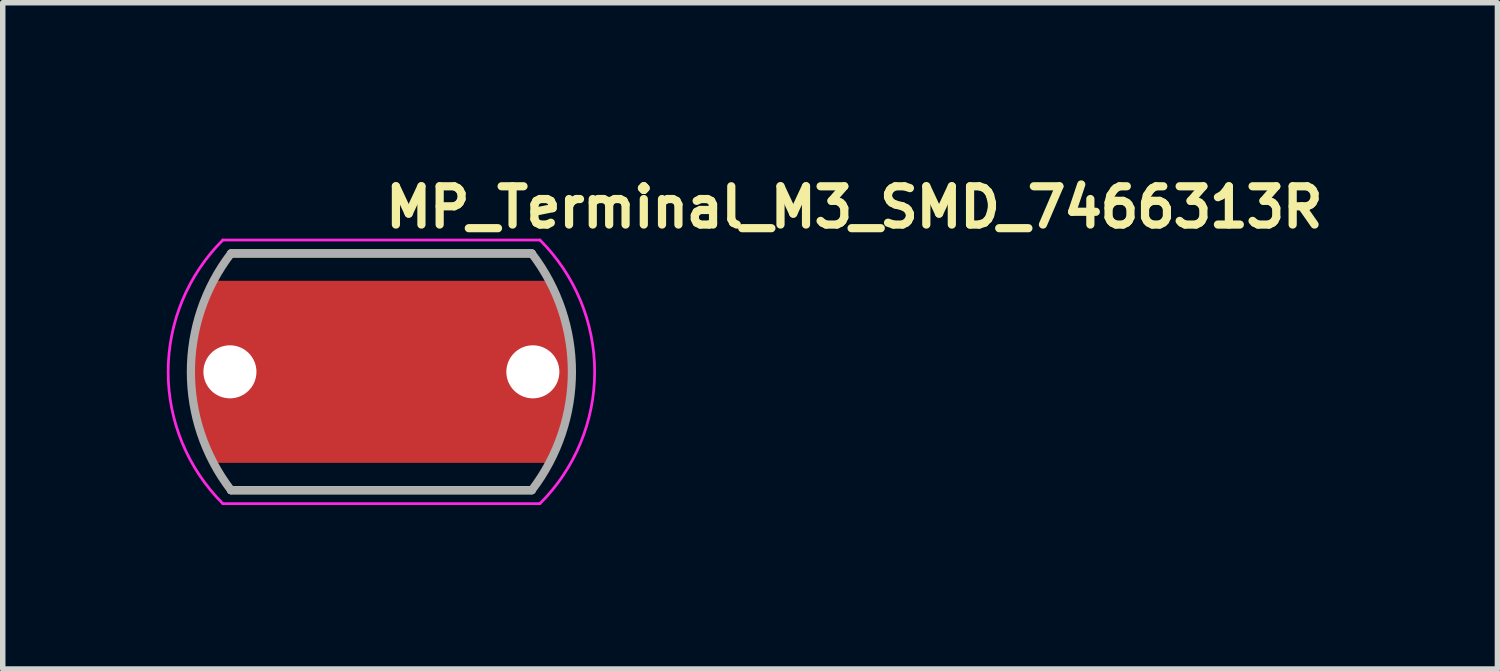
<source format=kicad_pcb>
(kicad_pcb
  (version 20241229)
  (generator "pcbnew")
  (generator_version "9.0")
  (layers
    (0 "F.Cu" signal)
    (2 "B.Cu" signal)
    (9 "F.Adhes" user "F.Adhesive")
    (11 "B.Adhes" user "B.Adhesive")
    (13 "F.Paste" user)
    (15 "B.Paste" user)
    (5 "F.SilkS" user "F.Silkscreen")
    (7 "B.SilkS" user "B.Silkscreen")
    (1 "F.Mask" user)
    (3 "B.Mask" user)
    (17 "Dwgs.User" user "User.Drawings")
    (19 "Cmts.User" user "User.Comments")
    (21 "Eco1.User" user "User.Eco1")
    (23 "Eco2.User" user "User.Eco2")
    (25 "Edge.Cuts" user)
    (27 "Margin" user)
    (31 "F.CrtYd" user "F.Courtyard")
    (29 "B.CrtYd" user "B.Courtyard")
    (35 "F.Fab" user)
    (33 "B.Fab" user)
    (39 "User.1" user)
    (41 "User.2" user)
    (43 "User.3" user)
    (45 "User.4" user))
  (footprint "MP_Terminal_M3_SMD_7466313R"
    (layer "F.Cu")
    (at 3.925 3.75)
    (property "Reference" "MP_Terminal_M3_SMD_7466313R" (at 0 -2.6 0) (layer "F.SilkS") (effects (font (size 0.7 0.7) (thickness 0.15)) (justify left bottom)))
    (attr smd)
    (fp_poly (pts (xy -3.18 -1.764) (xy 3.18 -1.764) (xy 3.24 -1.657) (xy 3.295 -1.547) (xy 3.348 -1.436) (xy 3.396 -1.322) (xy 3.44 -1.207) (xy 3.48 -1.091) (xy 3.516 -0.973) (xy 3.548 -0.854) (xy 3.576 -0.734) (xy 3.599 -0.613) (xy 3.619 -0.491) (xy 3.634 -0.369) (xy 3.644 -0.246) (xy 3.65 -0.123) (xy 3.653 0) (xy 3.65 0.123) (xy 3.644 0.246) (xy 3.634 0.369) (xy 3.619 0.491) (xy 3.599 0.613) (xy 3.576 0.734) (xy 3.548 0.854) (xy 3.516 0.973) (xy 3.48 1.091) (xy 3.44 1.207) (xy 3.396 1.322) (xy 3.348 1.436) (xy 3.295 1.547) (xy 3.24 1.657) (xy 3.18 1.764) (xy -3.18 1.764) (xy -3.24 1.657) (xy -3.295 1.547) (xy -3.348 1.436) (xy -3.396 1.322) (xy -3.44 1.207) (xy -3.48 1.091) (xy -3.516 0.973) (xy -3.548 0.854) (xy -3.576 0.734) (xy -3.599 0.613) (xy -3.619 0.491) (xy -3.634 0.369) (xy -3.644 0.246) (xy -3.65 0.123) (xy -3.653 0) (xy -3.65 -0.123) (xy -3.644 -0.246) (xy -3.634 -0.369) (xy -3.619 -0.491) (xy -3.599 -0.613) (xy -3.576 -0.734) (xy -3.548 -0.854) (xy -3.516 -0.973) (xy -3.48 -1.091) (xy -3.44 -1.207) (xy -3.396 -1.322) (xy -3.348 -1.436) (xy -3.295 -1.547) (xy -3.24 -1.657) (xy -3.18 -1.764)) (stroke (width 0.0001) (type solid)) (fill yes) (layer "F.Mask"))
    (fp_line (start -2.75 -2.165) (end 2.75 -2.165) (stroke (width 0.15) (type solid)) (layer "F.SilkS"))
    (fp_line (start -2.75 2.165) (end 2.75 2.165) (stroke (width 0.15) (type solid)) (layer "F.SilkS"))
    (fp_poly (pts (xy -2 -0.485) (xy 2 -0.485) (xy 2 0.485) (xy -2 0.485)) (stroke (width 0.0001) (type solid)) (fill yes) (layer "F.Paste"))
    (fp_poly (pts (xy -3.365 -1) (xy -2 -1) (xy -2 1) (xy -3.36 1) (xy -3.384 0.929) (xy -3.406 0.864) (xy -3.426 0.799) (xy -3.444 0.733) (xy -3.46 0.667) (xy -3.475 0.601) (xy -3.488 0.534) (xy -3.5 0.467) (xy -3.509 0.4) (xy -3.519 0.333) (xy -3.525 0.265) (xy -3.532 0.197) (xy -3.536 0.129) (xy -3.537 0.061) (xy -3.539 -0.007) (xy -3.537 -0.075) (xy -3.536 -0.141) (xy -3.532 -0.211) (xy -3.525 -0.279) (xy -3.519 -0.344) (xy -3.509 -0.412) (xy -3.5 -0.481) (xy -3.488 -0.548) (xy -3.475 -0.615) (xy -3.46 -0.681) (xy -3.444 -0.747) (xy -3.426 -0.812) (xy -3.406 -0.878) (xy -3.384 -0.941) (xy -3.365 -1)) (stroke (width 0.0001) (type solid)) (fill yes) (layer "F.Paste"))
    (fp_poly (pts (xy 3.365 -1) (xy 2 -1) (xy 2 1) (xy 3.36 1) (xy 3.384 0.929) (xy 3.406 0.864) (xy 3.426 0.799) (xy 3.444 0.733) (xy 3.46 0.667) (xy 3.475 0.601) (xy 3.488 0.534) (xy 3.5 0.467) (xy 3.509 0.4) (xy 3.519 0.333) (xy 3.525 0.265) (xy 3.532 0.197) (xy 3.536 0.129) (xy 3.537 0.061) (xy 3.539 -0.007) (xy 3.537 -0.075) (xy 3.536 -0.141) (xy 3.532 -0.211) (xy 3.525 -0.279) (xy 3.519 -0.344) (xy 3.509 -0.412) (xy 3.5 -0.481) (xy 3.488 -0.548) (xy 3.475 -0.615) (xy 3.46 -0.681) (xy 3.444 -0.747) (xy 3.426 -0.812) (xy 3.406 -0.878) (xy 3.384 -0.941) (xy 3.365 -1)) (stroke (width 0.0001) (type solid)) (fill yes) (layer "F.Paste"))
    (fp_line (start -2.9 -2.41) (end 2.9 -2.41) (stroke (width 0.05) (type solid)) (layer "F.CrtYd"))
    (fp_line (start 2.9 2.41) (end -2.9 2.41) (stroke (width 0.05) (type solid)) (layer "F.CrtYd"))
    (fp_arc (start -2.9 2.41) (mid -3.9 0) (end -2.9 -2.41) (stroke (width 0.05) (type solid)) (layer "F.CrtYd"))
    (fp_arc (start 2.9 -2.41) (mid 3.9 0) (end 2.9 2.41) (stroke (width 0.05) (type solid)) (layer "F.CrtYd"))
    (fp_line (start -2.75 -2.165) (end 2.75 -2.165) (stroke (width 0.15) (type solid)) (layer "F.Fab"))
    (fp_line (start -2.75 2.165) (end 2.75 2.165) (stroke (width 0.15) (type solid)) (layer "F.Fab"))
    (fp_arc (start -2.75 2.165) (mid -3.484 0) (end -2.75 -2.165) (stroke (width 0.15) (type solid)) (layer "F.Fab"))
    (fp_arc (start 2.75 -2.165) (mid 3.484 0) (end 2.75 2.165) (stroke (width 0.15) (type solid)) (layer "F.Fab"))
    (fp_rect (start -3.499 -2.165) (end 3.499 2.165) (stroke (width 0.1) (type solid)) (fill no) (layer "User.5"))
    (fp_line (start -3.499 0) (end -3.488 -0.286) (stroke (width 0.02) (type solid)) (layer "User.9"))
    (fp_line (start -3.488 -0.286) (end -3.453 -0.571) (stroke (width 0.02) (type solid)) (layer "User.9"))
    (fp_line (start -3.488 0.286) (end -3.499 0) (stroke (width 0.02) (type solid)) (layer "User.9"))
    (fp_line (start -3.453 -0.571) (end -3.394 -0.853) (stroke (width 0.02) (type solid)) (layer "User.9"))
    (fp_line (start -3.453 0.571) (end -3.488 0.286) (stroke (width 0.02) (type solid)) (layer "User.9"))
    (fp_line (start -3.394 -0.853) (end -3.312 -1.131) (stroke (width 0.02) (type solid)) (layer "User.9"))
    (fp_line (start -3.394 0.853) (end -3.453 0.571) (stroke (width 0.02) (type solid)) (layer "User.9"))
    (fp_line (start -3.312 -1.131) (end -3.207 -1.402) (stroke (width 0.02) (type solid)) (layer "User.9"))
    (fp_line (start -3.312 1.131) (end -3.394 0.853) (stroke (width 0.02) (type solid)) (layer "User.9"))
    (fp_line (start -3.207 -1.402) (end -3.145 -1.535) (stroke (width 0.02) (type solid)) (layer "User.9"))
    (fp_line (start -3.207 1.402) (end -3.312 1.131) (stroke (width 0.02) (type solid)) (layer "User.9"))
    (fp_line (start -3.145 -1.535) (end -3.078 -1.666) (stroke (width 0.02) (type solid)) (layer "User.9"))
    (fp_line (start -3.145 1.535) (end -3.207 1.402) (stroke (width 0.02) (type solid)) (layer "User.9"))
    (fp_line (start -3.078 -1.666) (end -3.004 -1.794) (stroke (width 0.02) (type solid)) (layer "User.9"))
    (fp_line (start -3.078 1.666) (end -3.145 1.535) (stroke (width 0.02) (type solid)) (layer "User.9"))
    (fp_line (start -3.004 -1.794) (end -2.925 -1.921) (stroke (width 0.02) (type solid)) (layer "User.9"))
    (fp_line (start -3.004 1.794) (end -3.078 1.666) (stroke (width 0.02) (type solid)) (layer "User.9"))
    (fp_line (start -2.925 -1.921) (end -2.84 -2.044) (stroke (width 0.02) (type solid)) (layer "User.9"))
    (fp_line (start -2.925 1.921) (end -3.004 1.794) (stroke (width 0.02) (type solid)) (layer "User.9"))
    (fp_line (start -2.84 -2.044) (end -2.75 -2.165) (stroke (width 0.02) (type solid)) (layer "User.9"))
    (fp_line (start -2.84 2.044) (end -2.925 1.921) (stroke (width 0.02) (type solid)) (layer "User.9"))
    (fp_line (start -2.75 -2.165) (end 2.75 -2.165) (stroke (width 0.02) (type solid)) (layer "User.9"))
    (fp_line (start -2.75 2.165) (end -2.84 2.044) (stroke (width 0.02) (type solid)) (layer "User.9"))
    (fp_line (start 2.75 -2.165) (end 2.84 -2.044) (stroke (width 0.02) (type solid)) (layer "User.9"))
    (fp_line (start 2.75 2.165) (end -2.75 2.165) (stroke (width 0.02) (type solid)) (layer "User.9"))
    (fp_line (start 2.84 -2.044) (end 2.925 -1.921) (stroke (width 0.02) (type solid)) (layer "User.9"))
    (fp_line (start 2.84 2.044) (end 2.75 2.165) (stroke (width 0.02) (type solid)) (layer "User.9"))
    (fp_line (start 2.925 -1.921) (end 3.004 -1.794) (stroke (width 0.02) (type solid)) (layer "User.9"))
    (fp_line (start 2.925 1.921) (end 2.84 2.044) (stroke (width 0.02) (type solid)) (layer "User.9"))
    (fp_line (start 3.004 -1.794) (end 3.078 -1.666) (stroke (width 0.02) (type solid)) (layer "User.9"))
    (fp_line (start 3.004 1.794) (end 2.925 1.921) (stroke (width 0.02) (type solid)) (layer "User.9"))
    (fp_line (start 3.078 -1.666) (end 3.145 -1.535) (stroke (width 0.02) (type solid)) (layer "User.9"))
    (fp_line (start 3.078 1.666) (end 3.004 1.794) (stroke (width 0.02) (type solid)) (layer "User.9"))
    (fp_line (start 3.145 -1.535) (end 3.207 -1.402) (stroke (width 0.02) (type solid)) (layer "User.9"))
    (fp_line (start 3.145 1.535) (end 3.078 1.666) (stroke (width 0.02) (type solid)) (layer "User.9"))
    (fp_line (start 3.207 -1.402) (end 3.312 -1.131) (stroke (width 0.02) (type solid)) (layer "User.9"))
    (fp_line (start 3.207 1.402) (end 3.145 1.535) (stroke (width 0.02) (type solid)) (layer "User.9"))
    (fp_line (start 3.312 -1.131) (end 3.394 -0.853) (stroke (width 0.02) (type solid)) (layer "User.9"))
    (fp_line (start 3.312 1.131) (end 3.207 1.402) (stroke (width 0.02) (type solid)) (layer "User.9"))
    (fp_line (start 3.394 -0.853) (end 3.453 -0.571) (stroke (width 0.02) (type solid)) (layer "User.9"))
    (fp_line (start 3.394 0.853) (end 3.312 1.131) (stroke (width 0.02) (type solid)) (layer "User.9"))
    (fp_line (start 3.453 -0.571) (end 3.488 -0.286) (stroke (width 0.02) (type solid)) (layer "User.9"))
    (fp_line (start 3.453 0.571) (end 3.394 0.853) (stroke (width 0.02) (type solid)) (layer "User.9"))
    (fp_line (start 3.488 -0.286) (end 3.499 0) (stroke (width 0.02) (type solid)) (layer "User.9"))
    (fp_line (start 3.488 0.286) (end 3.453 0.571) (stroke (width 0.02) (type solid)) (layer "User.9"))
    (fp_line (start 3.499 0) (end 3.488 0.286) (stroke (width 0.02) (type solid)) (layer "User.9"))
    (pad "" np_thru_hole circle (at -2.77 0) (size 0.97 0.97) (drill 0.97) (layers "*.Cu" "*.Mask"))
    (pad "" np_thru_hole circle (at 2.77 0) (size 0.97 0.97) (drill 0.97) (layers "*.Cu" "*.Mask"))
    (pad "1" smd custom (at 0 0) (size 1 1) (layers "F.Cu") (options (anchor rect)) (primitives (gr_poly (pts (xy -3.08 -1.665) (xy 3.08 -1.665) (xy 3.136 -1.563) (xy 3.189 -1.46) (xy 3.238 -1.354) (xy 3.284 -1.247) (xy 3.325 -1.139) (xy 3.363 -1.029) (xy 3.397 -0.918) (xy 3.427 -0.806) (xy 3.453 -0.692) (xy 3.476 -0.578) (xy 3.494 -0.463) (xy 3.508 -0.348) (xy 3.518 -0.232) (xy 3.524 -0.116) (xy 3.526 0) (xy 3.524 0.116) (xy 3.518 0.232) (xy 3.508 0.348) (xy 3.494 0.463) (xy 3.476 0.578) (xy 3.453 0.692) (xy 3.427 0.806) (xy 3.397 0.918) (xy 3.363 1.029) (xy 3.325 1.139) (xy 3.284 1.247) (xy 3.238 1.354) (xy 3.189 1.46) (xy 3.136 1.563) (xy 3.08 1.665) (xy -3.08 1.665) (xy -3.136 1.563) (xy -3.189 1.46) (xy -3.238 1.354) (xy -3.284 1.247) (xy -3.325 1.139) (xy -3.363 1.029) (xy -3.397 0.918) (xy -3.427 0.806) (xy -3.453 0.692) (xy -3.476 0.578) (xy -3.494 0.463) (xy -3.508 0.348) (xy -3.518 0.232) (xy -3.524 0.116) (xy -3.526 0) (xy -3.524 -0.116) (xy -3.518 -0.232) (xy -3.508 -0.348) (xy -3.494 -0.463) (xy -3.476 -0.578) (xy -3.453 -0.692) (xy -3.427 -0.806) (xy -3.397 -0.918) (xy -3.363 -1.029) (xy -3.325 -1.139) (xy -3.284 -1.247) (xy -3.238 -1.354) (xy -3.189 -1.46) (xy -3.136 -1.563) (xy -3.08 -1.665)) (width 0.0001) (fill yes)))))
  (gr_rect
    (start -3 -3)
    (end 24.335 9.185)
    (stroke (width 0.1) (type default))
    (fill no)
    (layer "Edge.Cuts")))
</source>
